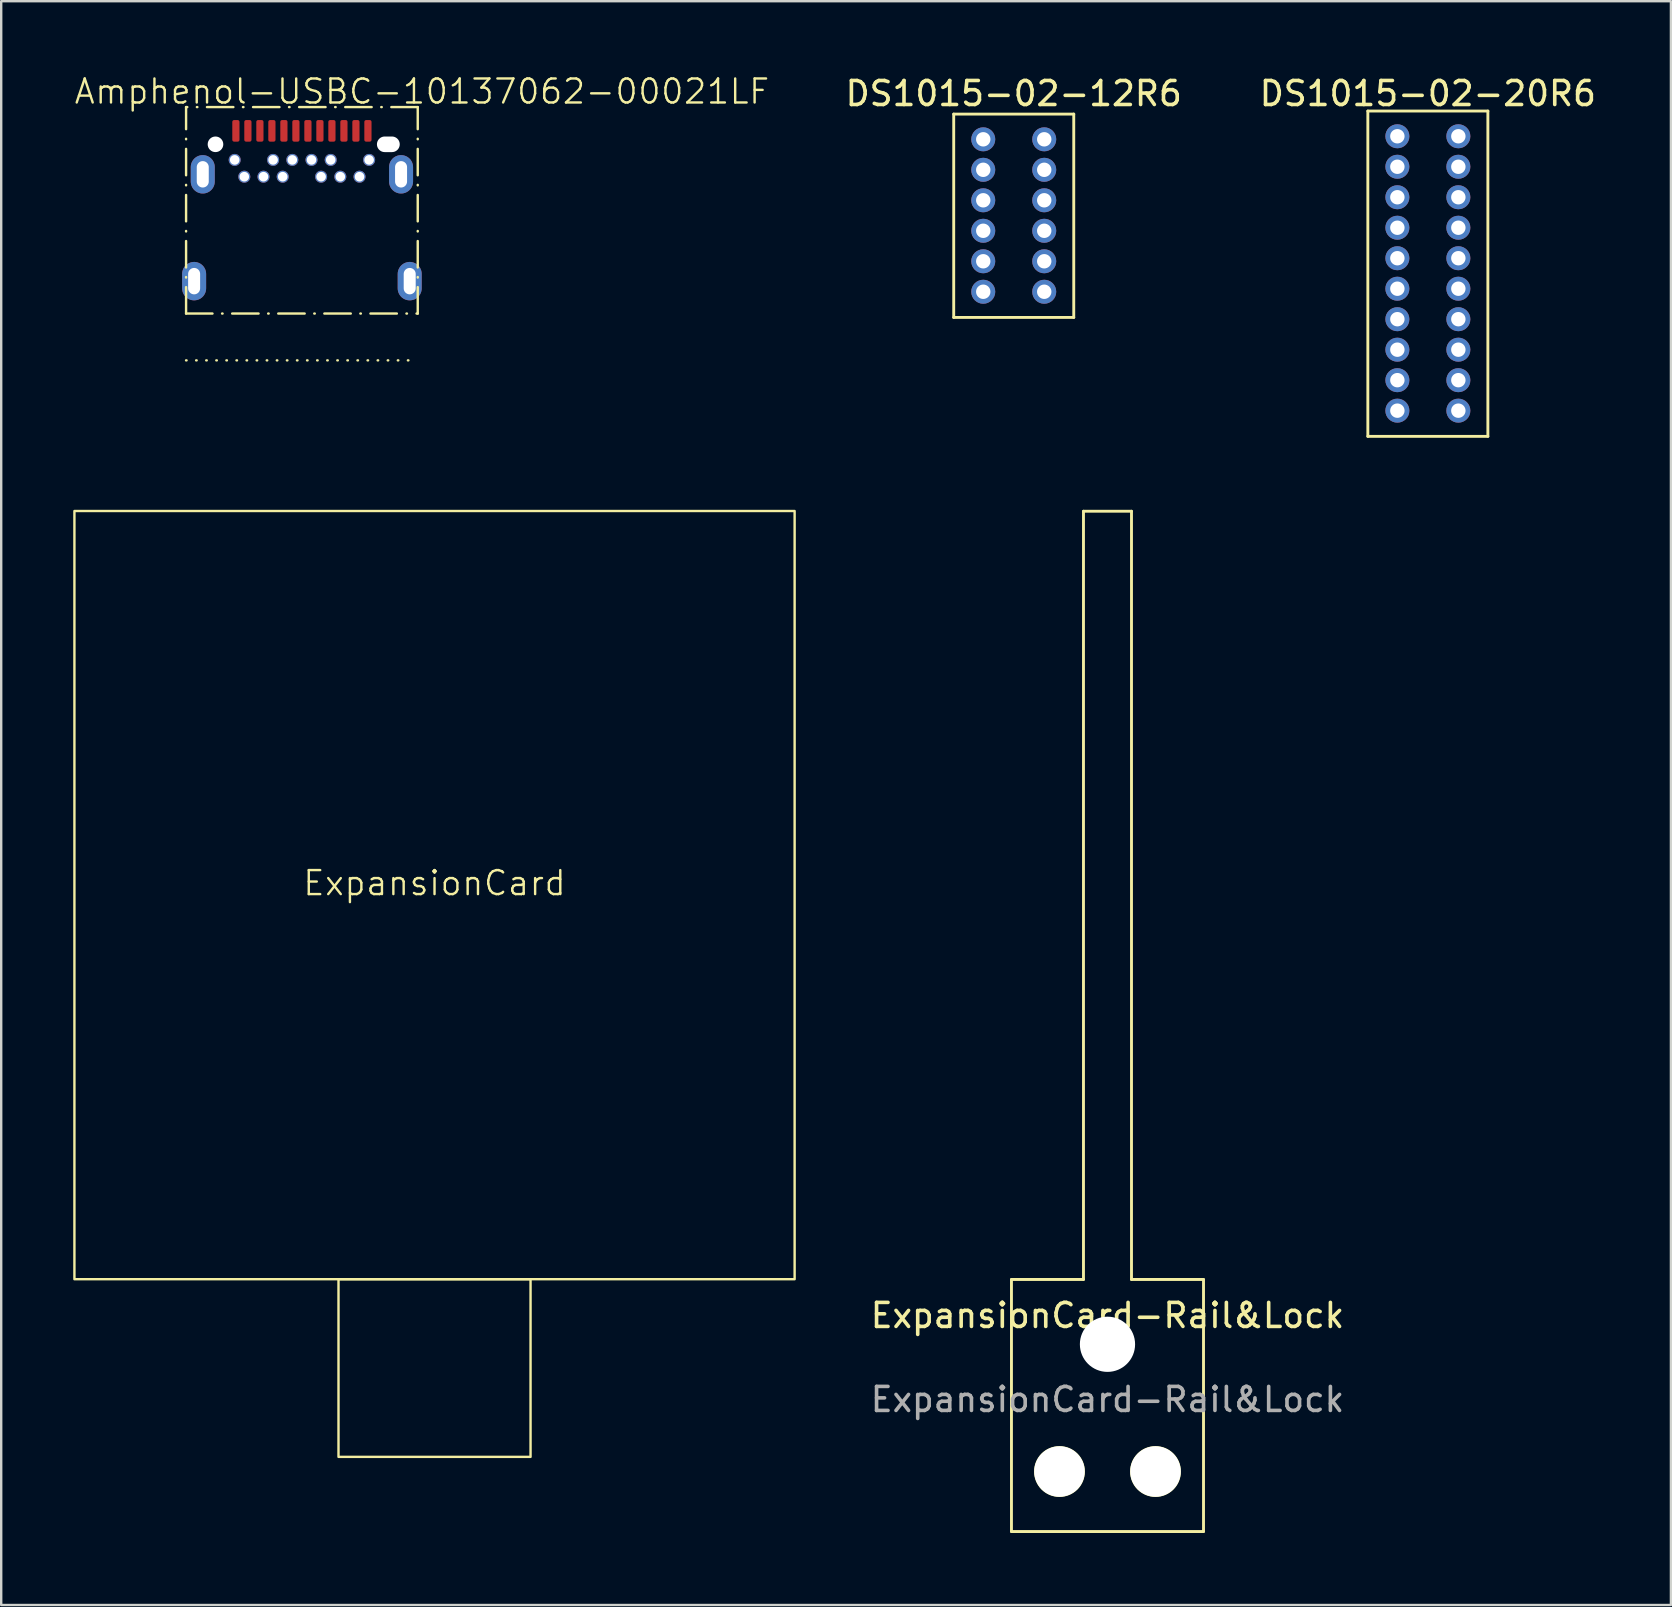
<source format=kicad_pcb>
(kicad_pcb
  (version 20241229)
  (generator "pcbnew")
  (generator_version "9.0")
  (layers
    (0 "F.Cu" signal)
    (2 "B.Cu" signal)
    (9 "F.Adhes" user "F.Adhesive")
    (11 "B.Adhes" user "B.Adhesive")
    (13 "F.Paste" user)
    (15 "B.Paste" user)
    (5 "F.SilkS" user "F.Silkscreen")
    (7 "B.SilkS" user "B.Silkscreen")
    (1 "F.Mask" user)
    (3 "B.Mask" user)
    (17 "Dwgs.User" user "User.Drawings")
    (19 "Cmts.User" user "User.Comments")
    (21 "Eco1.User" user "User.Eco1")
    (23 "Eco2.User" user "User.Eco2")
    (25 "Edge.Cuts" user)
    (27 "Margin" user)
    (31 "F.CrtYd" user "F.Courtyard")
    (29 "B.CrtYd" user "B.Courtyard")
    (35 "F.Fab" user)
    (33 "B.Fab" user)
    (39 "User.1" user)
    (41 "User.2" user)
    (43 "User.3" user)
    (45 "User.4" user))
  (footprint "Amphenol-USBC-10137062-00021LF"
    (layer "F.Cu")
    (at 9.526 2.961)
    (property "Reference" "Amphenol-USBC-10137062-00021LF" (at 5 -2.2 0) (unlocked yes) (layer "F.SilkS") (effects (font (size 1 1) (thickness 0.1))))
    (attr smd)
    (fp_line (start -4.825 7.05) (end -4.825 -1.55) (stroke (width 0.1) (type dash_dot)) (layer "F.SilkS"))
    (fp_line (start -4.825 7.05) (end 4.825 7.05) (stroke (width 0.1) (type dash_dot)) (layer "F.SilkS"))
    (fp_line (start -4.825 9) (end 4.825 9) (stroke (width 0.1) (type dot)) (layer "F.SilkS"))
    (fp_line (start 4.825 -1.55) (end -4.825 -1.55) (stroke (width 0.1) (type dash_dot)) (layer "F.SilkS"))
    (fp_line (start 4.825 7.05) (end 4.825 -1.55) (stroke (width 0.1) (type dash_dot)) (layer "F.SilkS"))
    (pad "" np_thru_hole circle (at -3.6 0) (size 0.65 0.65) (drill 0.65) (layers "*.Cu" "*.Mask"))
    (pad "" np_thru_hole oval (at 3.6 0) (size 0.95 0.65) (drill oval 0.95 0.65) (layers "*.Cu" "*.Mask"))
    (pad "A1" smd roundrect (at -2.75 -0.56) (size 0.3 0.9) (layers "F.Cu" "F.Mask" "F.Paste") (roundrect_rratio 0.25))
    (pad "A2" smd roundrect (at -2.25 -0.56) (size 0.3 0.9) (layers "F.Cu" "F.Mask" "F.Paste") (roundrect_rratio 0.25))
    (pad "A3" smd roundrect (at -1.75 -0.56) (size 0.3 0.9) (layers "F.Cu" "F.Mask" "F.Paste") (roundrect_rratio 0.25))
    (pad "A4" smd roundrect (at -1.25 -0.56) (size 0.3 0.9) (layers "F.Cu" "F.Mask" "F.Paste") (roundrect_rratio 0.25))
    (pad "A5" smd roundrect (at -0.75 -0.56) (size 0.3 0.9) (layers "F.Cu" "F.Mask" "F.Paste") (roundrect_rratio 0.25))
    (pad "A6" smd roundrect (at -0.25 -0.56) (size 0.3 0.9) (layers "F.Cu" "F.Mask" "F.Paste") (roundrect_rratio 0.25))
    (pad "A7" smd roundrect (at 0.25 -0.56) (size 0.3 0.9) (layers "F.Cu" "F.Mask" "F.Paste") (roundrect_rratio 0.25))
    (pad "A8" smd roundrect (at 0.75 -0.56) (size 0.3 0.9) (layers "F.Cu" "F.Mask" "F.Paste") (roundrect_rratio 0.25))
    (pad "A9" smd roundrect (at 1.25 -0.56) (size 0.3 0.9) (layers "F.Cu" "F.Mask" "F.Paste") (roundrect_rratio 0.25))
    (pad "A10" smd roundrect (at 1.75 -0.56) (size 0.3 0.9) (layers "F.Cu" "F.Mask" "F.Paste") (roundrect_rratio 0.25))
    (pad "A11" smd roundrect (at 2.25 -0.56) (size 0.3 0.9) (layers "F.Cu" "F.Mask" "F.Paste") (roundrect_rratio 0.25))
    (pad "A12" smd roundrect (at 2.75 -0.56) (size 0.3 0.9) (layers "F.Cu" "F.Mask" "F.Paste") (roundrect_rratio 0.25))
    (pad "B1" thru_hole circle (at 2.8 0.65) (size 0.5 0.5) (drill 0.4) (layers "*.Cu" "*.Mask"))
    (pad "B2" thru_hole circle (at 2.4 1.35) (size 0.5 0.5) (drill 0.4) (layers "*.Cu" "*.Mask"))
    (pad "B3" thru_hole circle (at 1.6 1.35) (size 0.5 0.5) (drill 0.4) (layers "*.Cu" "*.Mask"))
    (pad "B4" thru_hole circle (at 1.2 0.65) (size 0.5 0.5) (drill 0.4) (layers "*.Cu" "*.Mask"))
    (pad "B5" thru_hole circle (at 0.8 1.35) (size 0.5 0.5) (drill 0.4) (layers "*.Cu" "*.Mask"))
    (pad "B6" thru_hole circle (at 0.4 0.65) (size 0.5 0.5) (drill 0.4) (layers "*.Cu" "*.Mask"))
    (pad "B7" thru_hole circle (at -0.4 0.65) (size 0.5 0.5) (drill 0.4) (layers "*.Cu" "*.Mask"))
    (pad "B8" thru_hole circle (at -0.8 1.35) (size 0.5 0.5) (drill 0.4) (layers "*.Cu" "*.Mask"))
    (pad "B9" thru_hole circle (at -1.2 0.65) (size 0.5 0.5) (drill 0.4) (layers "*.Cu" "*.Mask"))
    (pad "B10" thru_hole circle (at -1.6 1.35) (size 0.5 0.5) (drill 0.4) (layers "*.Cu" "*.Mask"))
    (pad "B11" thru_hole circle (at -2.4 1.35) (size 0.5 0.5) (drill 0.4) (layers "*.Cu" "*.Mask"))
    (pad "B12" thru_hole circle (at -2.8 0.65) (size 0.5 0.5) (drill 0.4) (layers "*.Cu" "*.Mask"))
    (pad "S1" thru_hole oval (at -4.49 5.7) (size 1 1.6) (drill oval 0.5 1.1) (layers "*.Cu" "*.Mask"))
    (pad "S1" thru_hole oval (at -4.13 1.25) (size 1 1.6) (drill oval 0.5 1.1) (layers "*.Cu" "*.Mask"))
    (pad "S1" thru_hole oval (at 4.13 1.25) (size 1 1.6) (drill oval 0.5 1.1) (layers "*.Cu" "*.Mask"))
    (pad "S1" thru_hole oval (at 4.49 5.7) (size 1 1.6) (drill oval 0.5 1.1) (layers "*.Cu" "*.Mask")))
  (footprint "DS1015-02-12R6"
    (layer "F.Cu")
    (at 39.177 5.928)
    (property "Reference" "DS1015-02-12R6" (at 0 -5.08 0) (unlocked yes) (layer "F.SilkS") (effects (font (size 1 1) (thickness 0.15))))
    (attr through_hole)
    (fp_line (start -2.5 -4.225) (end -2.5 4.245) (stroke (width 0.12) (type solid)) (layer "F.SilkS"))
    (fp_line (start -2.5 4.245) (end 2.5 4.245) (stroke (width 0.12) (type solid)) (layer "F.SilkS"))
    (fp_line (start 2.5 -4.225) (end -2.5 -4.225) (stroke (width 0.12) (type solid)) (layer "F.SilkS"))
    (fp_line (start 2.5 -4.225) (end 2.5 4.245) (stroke (width 0.12) (type solid)) (layer "F.SilkS"))
    (pad "1" thru_hole circle (at -1.27 -3.175) (size 1 1) (drill 0.6) (layers "*.Cu" "*.Mask"))
    (pad "2" thru_hole circle (at -1.27 -1.905) (size 1 1) (drill 0.6) (layers "*.Cu" "*.Mask"))
    (pad "3" thru_hole circle (at -1.27 -0.635) (size 1 1) (drill 0.6) (layers "*.Cu" "*.Mask"))
    (pad "4" thru_hole circle (at -1.27 0.635) (size 1 1) (drill 0.6) (layers "*.Cu" "*.Mask"))
    (pad "5" thru_hole circle (at -1.27 1.905) (size 1 1) (drill 0.6) (layers "*.Cu" "*.Mask"))
    (pad "6" thru_hole circle (at -1.27 3.175) (size 1 1) (drill 0.6) (layers "*.Cu" "*.Mask"))
    (pad "7" thru_hole circle (at 1.27 3.175) (size 1 1) (drill 0.6) (layers "*.Cu" "*.Mask"))
    (pad "8" thru_hole circle (at 1.27 1.905) (size 1 1) (drill 0.6) (layers "*.Cu" "*.Mask"))
    (pad "9" thru_hole circle (at 1.27 0.635) (size 1 1) (drill 0.6) (layers "*.Cu" "*.Mask"))
    (pad "10" thru_hole circle (at 1.27 -0.635) (size 1 1) (drill 0.6) (layers "*.Cu" "*.Mask"))
    (pad "11" thru_hole circle (at 1.27 -1.905) (size 1 1) (drill 0.6) (layers "*.Cu" "*.Mask"))
    (pad "12" thru_hole circle (at 1.27 -3.175) (size 1 1) (drill 0.6) (layers "*.Cu" "*.Mask")))
  (footprint "ExpansionCard-Rail&Lock"
    (layer "F.Cu")
    (at 43.082 55.246)
    (property "Reference" "ExpansionCard-Rail&Lock" (at 0 -3.5 0) (unlocked yes) (layer "F.SilkS") (effects (font (size 1 1) (thickness 0.15))))
    (attr smd)
    (fp_line (start -4 -5) (end -4 5.5) (stroke (width 0.12) (type default)) (layer "F.SilkS"))
    (fp_line (start -4 5.5) (end 4 5.5) (stroke (width 0.12) (type default)) (layer "F.SilkS"))
    (fp_line (start -1 -37) (end -1 -5) (stroke (width 0.12) (type default)) (layer "F.SilkS"))
    (fp_line (start -1 -5) (end -4 -5) (stroke (width 0.12) (type default)) (layer "F.SilkS"))
    (fp_line (start 1 -37) (end -1 -37) (stroke (width 0.12) (type default)) (layer "F.SilkS"))
    (fp_line (start 1 -5) (end 1 -37) (stroke (width 0.12) (type default)) (layer "F.SilkS"))
    (fp_line (start 4 -5) (end 1 -5) (stroke (width 0.12) (type default)) (layer "F.SilkS"))
    (fp_line (start 4 5.5) (end 4 -5) (stroke (width 0.12) (type default)) (layer "F.SilkS"))
    (fp_circle (center -2 3) (end -1 3) (stroke (width 0.12) (type default)) (fill no) (layer "F.SilkS"))
    (fp_circle (center 2 3) (end 1 3) (stroke (width 0.12) (type default)) (fill no) (layer "F.SilkS"))
    (fp_text user "${REFERENCE}" (at 0 0 0) (unlocked yes) (layer "F.Fab") (effects (font (size 1 1) (thickness 0.15))))
    (pad "" np_thru_hole oval (at -2 3) (size 2.1 2.1) (drill 2.3) (layers "*.Cu" "*.Mask"))
    (pad "" np_thru_hole oval (at 0 -2.3) (size 2.3 2.3) (drill 2.3) (layers "*.Cu" "*.Mask"))
    (pad "" np_thru_hole oval (at 2 3) (size 2.1 2.1) (drill 2.3) (layers "*.Cu" "*.Mask")))
  (footprint "DS1015-02-20R6"
    (layer "F.Cu")
    (at 56.427 8.976)
    (property "Reference" "DS1015-02-20R6" (at 0 -8.128 0) (unlocked yes) (layer "F.SilkS") (effects (font (size 1 1) (thickness 0.15))))
    (attr through_hole)
    (fp_line (start -2.5 -7.4) (end -2.5 6.15) (stroke (width 0.12) (type solid)) (layer "F.SilkS"))
    (fp_line (start -2.5 6.15) (end 2.5 6.15) (stroke (width 0.12) (type solid)) (layer "F.SilkS"))
    (fp_line (start 2.5 -7.4) (end -2.5 -7.4) (stroke (width 0.12) (type solid)) (layer "F.SilkS"))
    (fp_line (start 2.5 -7.4) (end 2.5 6.15) (stroke (width 0.12) (type solid)) (layer "F.SilkS"))
    (pad "1" thru_hole circle (at -1.27 -6.35) (size 1 1) (drill 0.6) (layers "*.Cu" "*.Mask"))
    (pad "2" thru_hole circle (at -1.27 -5.08) (size 1 1) (drill 0.6) (layers "*.Cu" "*.Mask"))
    (pad "3" thru_hole circle (at -1.27 -3.81) (size 1 1) (drill 0.6) (layers "*.Cu" "*.Mask"))
    (pad "4" thru_hole circle (at -1.27 -2.54) (size 1 1) (drill 0.6) (layers "*.Cu" "*.Mask"))
    (pad "5" thru_hole circle (at -1.27 -1.27) (size 1 1) (drill 0.6) (layers "*.Cu" "*.Mask"))
    (pad "6" thru_hole circle (at -1.27 0) (size 1 1) (drill 0.6) (layers "*.Cu" "*.Mask"))
    (pad "7" thru_hole circle (at -1.27 1.27) (size 1 1) (drill 0.6) (layers "*.Cu" "*.Mask"))
    (pad "8" thru_hole circle (at -1.27 2.54) (size 1 1) (drill 0.6) (layers "*.Cu" "*.Mask"))
    (pad "9" thru_hole circle (at -1.27 3.81) (size 1 1) (drill 0.6) (layers "*.Cu" "*.Mask"))
    (pad "10" thru_hole circle (at -1.27 5.08) (size 1 1) (drill 0.6) (layers "*.Cu" "*.Mask"))
    (pad "11" thru_hole circle (at 1.27 5.08) (size 1 1) (drill 0.6) (layers "*.Cu" "*.Mask"))
    (pad "12" thru_hole circle (at 1.27 3.81) (size 1 1) (drill 0.6) (layers "*.Cu" "*.Mask"))
    (pad "13" thru_hole circle (at 1.27 2.54) (size 1 1) (drill 0.6) (layers "*.Cu" "*.Mask"))
    (pad "14" thru_hole circle (at 1.27 1.27) (size 1 1) (drill 0.6) (layers "*.Cu" "*.Mask"))
    (pad "15" thru_hole circle (at 1.27 0) (size 1 1) (drill 0.6) (layers "*.Cu" "*.Mask"))
    (pad "16" thru_hole circle (at 1.27 -1.27) (size 1 1) (drill 0.6) (layers "*.Cu" "*.Mask"))
    (pad "17" thru_hole circle (at 1.27 -2.54) (size 1 1) (drill 0.6) (layers "*.Cu" "*.Mask"))
    (pad "18" thru_hole circle (at 1.27 -3.81) (size 1 1) (drill 0.6) (layers "*.Cu" "*.Mask"))
    (pad "19" thru_hole circle (at 1.27 -5.08) (size 1 1) (drill 0.6) (layers "*.Cu" "*.Mask"))
    (pad "20" thru_hole circle (at 1.27 -6.35) (size 1 1) (drill 0.6) (layers "*.Cu" "*.Mask")))
  (footprint "ExpansionCard"
    (layer "F.Cu")
    (at 15.05 34.236)
    (property "Reference" "ExpansionCard" (at 0 -0.5 0) (unlocked yes) (layer "F.SilkS") (effects (font (size 1 1) (thickness 0.1))))
    (fp_rect (start -15 -16) (end 15 16) (stroke (width 0.1) (type default)) (fill no) (layer "F.SilkS"))
    (fp_rect (start -4 16) (end 4 23.4) (stroke (width 0.1) (type default)) (fill no) (layer "F.SilkS")))
  (gr_rect
    (start -3 -3)
    (end 66.552 63.806)
    (stroke (width 0.1) (type default))
    (fill no)
    (layer "Edge.Cuts")))
</source>
